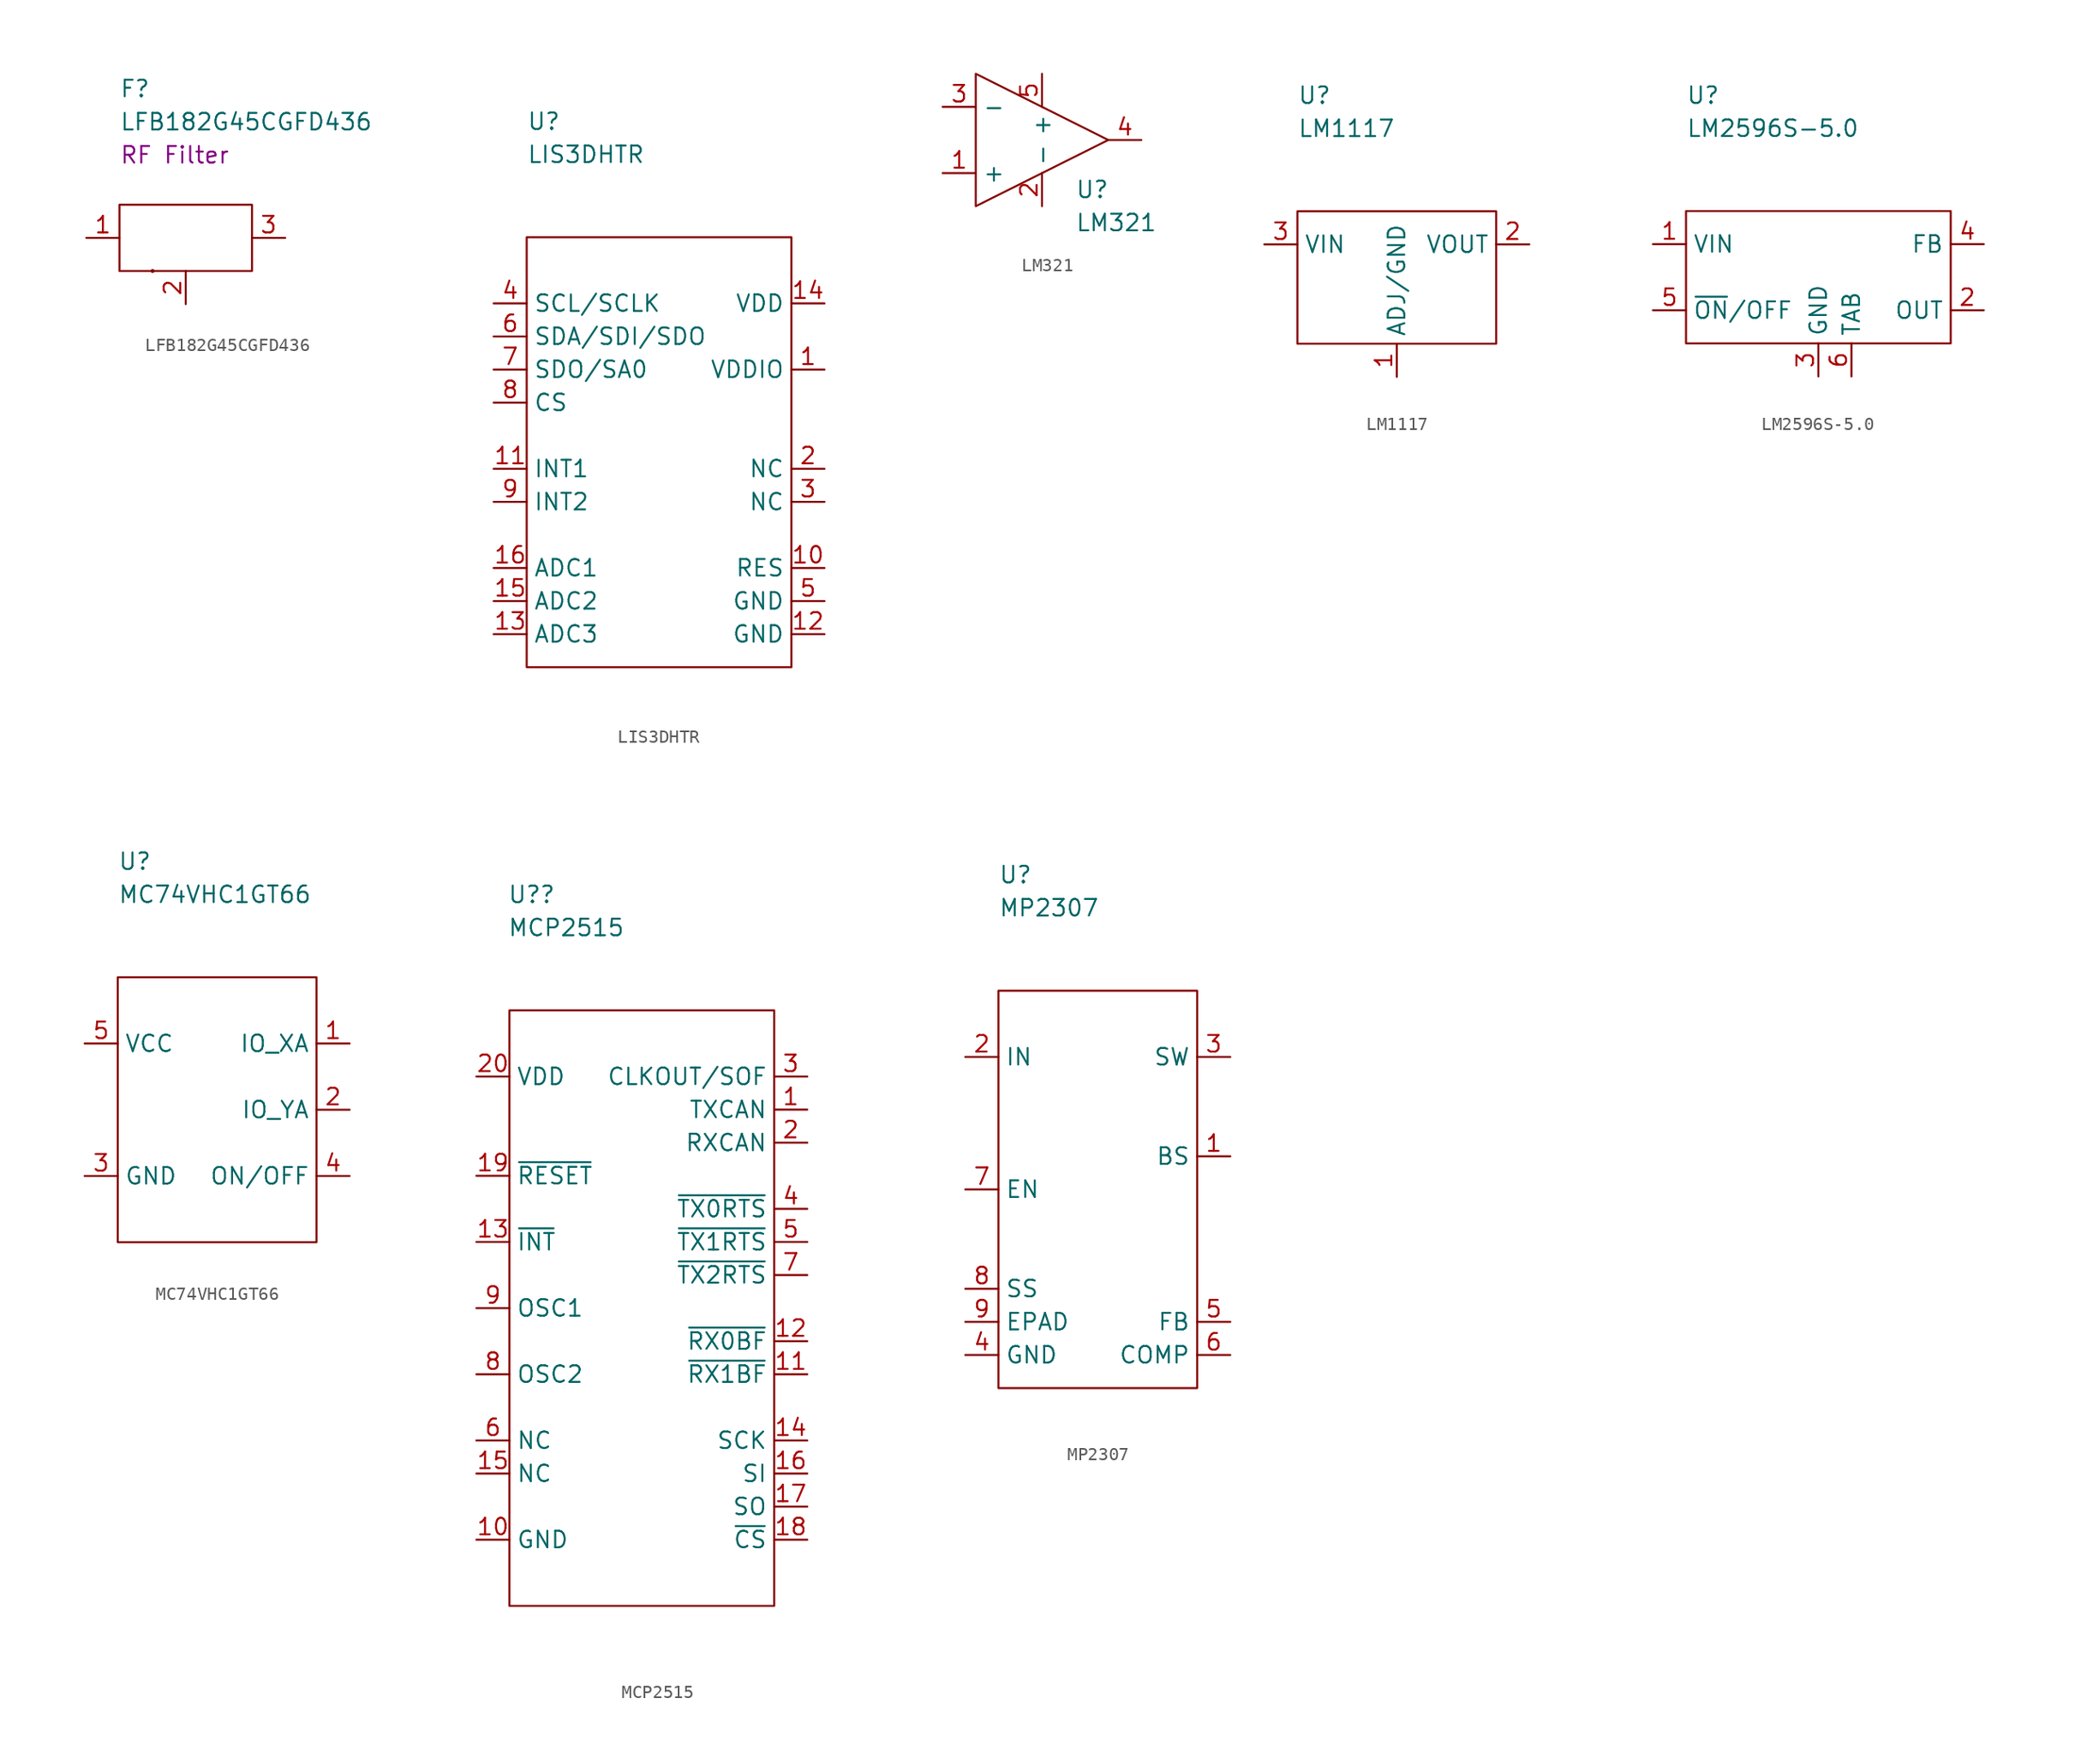
<source format=kicad_sym>
(kicad_symbol_lib
  (version 20211014)
  (generator kicad_symbol_editor)
  (symbol "LFB182G45CGFD436"
    (property "Reference" "F"
      (at 0 8.89 0)
      (effects (font (size 1.27 1.27)) (justify left)))
    (property "Value" "LFB182G45CGFD436"
      (at 0 6.35 0)
      (effects (font (size 1.27 1.27)) (justify left)))
    (property "Category" "RF Filter"
      (at 0 3.81 0)
      (effects (font (size 1.27 1.27)) (justify left)))
    (symbol "LFB182G45CGFD436_0_1"
      (rectangle (start 0 0) (end 10.16 -5.08) (stroke (width 0.152) (type default) (color 0 0 0 0)) (fill (type none)))
      (arc (start 2.54 -5.08) (mid 2.54 -5.08) (end 2.54 -5.08) (stroke (width 0) (type default) (color 0 0 0 0)) (fill (type none)))
      (circle (center 2.54 -5.08) (radius 0.0001) (stroke (width 0) (type default) (color 0 0 0 0)) (fill (type none))))
    (symbol "LFB182G45CGFD436_1_1"
      (pin passive line (at -2.54 -2.54 0) (length 2.54) (name "~" (effects (font (size 1.27 1.27)))) (number "1" (effects (font (size 1.27 1.27)))))
      (pin passive line (at 5.08 -7.62 90) (length 2.54) (name "~" (effects (font (size 1.27 1.27)))) (number "2" (effects (font (size 1.27 1.27)))))
      (pin passive line (at 12.7 -2.54 180) (length 2.54) (name "~" (effects (font (size 1.27 1.27)))) (number "3" (effects (font (size 1.27 1.27)))))))
  (symbol "LIS3DHTR"
    (property "Reference" "U"
      (at 0 8.89 0)
      (effects (font (size 1.27 1.27)) (justify left)))
    (property "Value" "LIS3DHTR"
      (at 0 6.35 0)
      (effects (font (size 1.27 1.27)) (justify left)))
    (symbol "LIS3DHTR_0_1"
      (rectangle (start 0 0) (end 20.32 -33.02) (stroke (width 0.152) (type default) (color 0 0 0 0)) (fill (type none))))
    (symbol "LIS3DHTR_1_1"
      (pin passive line (at 22.86 -10.16 180) (length 2.54) (name "VDDIO" (effects (font (size 1.27 1.27)))) (number "1" (effects (font (size 1.27 1.27)))))
      (pin passive line (at 22.86 -25.4 180) (length 2.54) (name "RES" (effects (font (size 1.27 1.27)))) (number "10" (effects (font (size 1.27 1.27)))))
      (pin passive line (at -2.54 -17.78 0) (length 2.54) (name "INT1" (effects (font (size 1.27 1.27)))) (number "11" (effects (font (size 1.27 1.27)))))
      (pin passive line (at 22.86 -30.48 180) (length 2.54) (name "GND" (effects (font (size 1.27 1.27)))) (number "12" (effects (font (size 1.27 1.27)))))
      (pin passive line (at -2.54 -30.48 0) (length 2.54) (name "ADC3" (effects (font (size 1.27 1.27)))) (number "13" (effects (font (size 1.27 1.27)))))
      (pin passive line (at 22.86 -5.08 180) (length 2.54) (name "VDD" (effects (font (size 1.27 1.27)))) (number "14" (effects (font (size 1.27 1.27)))))
      (pin passive line (at -2.54 -27.94 0) (length 2.54) (name "ADC2" (effects (font (size 1.27 1.27)))) (number "15" (effects (font (size 1.27 1.27)))))
      (pin passive line (at -2.54 -25.4 0) (length 2.54) (name "ADC1" (effects (font (size 1.27 1.27)))) (number "16" (effects (font (size 1.27 1.27)))))
      (pin passive line (at 22.86 -17.78 180) (length 2.54) (name "NC" (effects (font (size 1.27 1.27)))) (number "2" (effects (font (size 1.27 1.27)))))
      (pin passive line (at 22.86 -20.32 180) (length 2.54) (name "NC" (effects (font (size 1.27 1.27)))) (number "3" (effects (font (size 1.27 1.27)))))
      (pin passive line (at -2.54 -5.08 0) (length 2.54) (name "SCL/SCLK" (effects (font (size 1.27 1.27)))) (number "4" (effects (font (size 1.27 1.27)))))
      (pin passive line (at 22.86 -27.94 180) (length 2.54) (name "GND" (effects (font (size 1.27 1.27)))) (number "5" (effects (font (size 1.27 1.27)))))
      (pin passive line (at -2.54 -7.62 0) (length 2.54) (name "SDA/SDI/SDO" (effects (font (size 1.27 1.27)))) (number "6" (effects (font (size 1.27 1.27)))))
      (pin passive line (at -2.54 -10.16 0) (length 2.54) (name "SDO/SA0" (effects (font (size 1.27 1.27)))) (number "7" (effects (font (size 1.27 1.27)))))
      (pin passive line (at -2.54 -12.7 0) (length 2.54) (name "CS" (effects (font (size 1.27 1.27)))) (number "8" (effects (font (size 1.27 1.27)))))
      (pin passive line (at -2.54 -20.32 0) (length 2.54) (name "INT2" (effects (font (size 1.27 1.27)))) (number "9" (effects (font (size 1.27 1.27)))))))
  (symbol "LM321"
    (property "Reference" "U"
      (at 2.54 -3.81 0)
      (effects (font (size 1.27 1.27)) (justify left)))
    (property "Value" "LM321"
      (at 2.54 -6.35 0)
      (effects (font (size 1.27 1.27)) (justify left)))
    (symbol "LM321_1_1"
      (polyline (pts (xy -5.08 5.08) (xy 5.08 0) (xy -5.08 -5.08) (xy -5.08 5.08)) (stroke (width 0.152) (type default) (color 0 0 0 0)) (fill (type none)))
      (pin passive line (at -7.62 -2.54 0) (length 2.54) (name "+" (effects (font (size 1.27 1.27)))) (number "1" (effects (font (size 1.27 1.27)))))
      (pin passive line (at 0 -5.08 90) (length 2.54) (name "-" (effects (font (size 1.27 1.27)))) (number "2" (effects (font (size 1.27 1.27)))))
      (pin passive line (at -7.62 2.54 0) (length 2.54) (name "-" (effects (font (size 1.27 1.27)))) (number "3" (effects (font (size 1.27 1.27)))))
      (pin passive line (at 7.62 0 180) (length 2.54) (name "" (effects (font (size 1.27 1.27)))) (number "4" (effects (font (size 1.27 1.27)))))
      (pin passive line (at 0 5.08 270) (length 2.54) (name "+" (effects (font (size 1.27 1.27)))) (number "5" (effects (font (size 1.27 1.27)))))))
  (symbol "LM1117"
    (property "Reference" "U"
      (at 0 8.89 0)
      (effects (font (size 1.27 1.27)) (justify left)))
    (property "Value" "LM1117"
      (at 0 6.35 0)
      (effects (font (size 1.27 1.27)) (justify left)))
    (symbol "LM1117_0_1"
      (rectangle (start 0 0) (end 15.24 -10.16) (stroke (width 0.152) (type default) (color 0 0 0 0)) (fill (type none))))
    (symbol "LM1117_1_1"
      (pin passive line (at 7.62 -12.7 90) (length 2.54) (name "ADJ/GND" (effects (font (size 1.27 1.27)))) (number "1" (effects (font (size 1.27 1.27)))))
      (pin passive line (at 17.78 -2.54 180) (length 2.54) (name "VOUT" (effects (font (size 1.27 1.27)))) (number "2" (effects (font (size 1.27 1.27)))))
      (pin passive line (at -2.54 -2.54 0) (length 2.54) (name "VIN" (effects (font (size 1.27 1.27)))) (number "3" (effects (font (size 1.27 1.27)))))))
  (symbol "LM2596S-5.0"
    (property "Reference" "U"
      (at 0 8.89 0)
      (effects (font (size 1.27 1.27)) (justify left)))
    (property "Value" "LM2596S-5.0"
      (at 0 6.35 0)
      (effects (font (size 1.27 1.27)) (justify left)))
    (symbol "LM2596S-5.0_0_1"
      (rectangle (start 0 0) (end 20.32 -10.16) (stroke (width 0.152) (type default) (color 0 0 0 0)) (fill (type none))))
    (symbol "LM2596S-5.0_1_1"
      (pin passive line (at -2.54 -2.54 0) (length 2.54) (name "VIN" (effects (font (size 1.27 1.27)))) (number "1" (effects (font (size 1.27 1.27)))))
      (pin passive line (at 22.86 -7.62 180) (length 2.54) (name "OUT" (effects (font (size 1.27 1.27)))) (number "2" (effects (font (size 1.27 1.27)))))
      (pin passive line (at 10.16 -12.7 90) (length 2.54) (name "GND" (effects (font (size 1.27 1.27)))) (number "3" (effects (font (size 1.27 1.27)))))
      (pin passive line (at 22.86 -2.54 180) (length 2.54) (name "FB" (effects (font (size 1.27 1.27)))) (number "4" (effects (font (size 1.27 1.27)))))
      (pin passive line (at -2.54 -7.62 0) (length 2.54) (name "~{ON}/OFF" (effects (font (size 1.27 1.27)))) (number "5" (effects (font (size 1.27 1.27)))))
      (pin passive line (at 12.7 -12.7 90) (length 2.54) (name "TAB" (effects (font (size 1.27 1.27)))) (number "6" (effects (font (size 1.27 1.27)))))))
  (symbol "MC74VHC1GT66"
    (property "Reference" "U"
      (at 0 8.89 0)
      (effects (font (size 1.27 1.27)) (justify left)))
    (property "Value" "MC74VHC1GT66"
      (at 0 6.35 0)
      (effects (font (size 1.27 1.27)) (justify left)))
    (symbol "MC74VHC1GT66_0_1"
      (rectangle (start 0 0) (end 15.24 -20.32) (stroke (width 0) (type default) (color 0 0 0 0)) (fill (type none))))
    (symbol "MC74VHC1GT66_1_1"
      (pin passive line (at 17.78 -5.08 180) (length 2.54) (name "IO_XA" (effects (font (size 1.27 1.27)))) (number "1" (effects (font (size 1.27 1.27)))))
      (pin passive line (at 17.78 -10.16 180) (length 2.54) (name "IO_YA" (effects (font (size 1.27 1.27)))) (number "2" (effects (font (size 1.27 1.27)))))
      (pin passive line (at -2.54 -15.24 0) (length 2.54) (name "GND" (effects (font (size 1.27 1.27)))) (number "3" (effects (font (size 1.27 1.27)))))
      (pin passive line (at 17.78 -15.24 180) (length 2.54) (name "ON/OFF" (effects (font (size 1.27 1.27)))) (number "4" (effects (font (size 1.27 1.27)))))
      (pin passive line (at -2.54 -5.08 0) (length 2.54) (name "VCC" (effects (font (size 1.27 1.27)))) (number "5" (effects (font (size 1.27 1.27)))))))
  (symbol "MCP2515"
    (property "Reference" "U?"
      (at -0.151 8.89 0)
      (effects (font (size 1.27 1.27)) (justify left)))
    (property "Value" "MCP2515"
      (at -0.151 6.35 0)
      (effects (font (size 1.27 1.27)) (justify left)))
    (symbol "MCP2515_0_0"
      (text "" (at 25.4 -40.64 0) (effects (font (size 1.27 1.27)))))
    (symbol "MCP2515_0_1"
      (rectangle (start 0 0) (end 20.32 -45.72) (stroke (width 0.152) (type default) (color 0 0 0 0)) (fill (type none))))
    (symbol "MCP2515_1_1"
      (pin passive line (at 22.86 -7.62 180) (length 2.54) (name "TXCAN" (effects (font (size 1.27 1.27)))) (number "1" (effects (font (size 1.27 1.27)))))
      (pin passive line (at -2.54 -40.64 0) (length 2.54) (name "GND" (effects (font (size 1.27 1.27)))) (number "10" (effects (font (size 1.27 1.27)))))
      (pin passive line (at 22.86 -27.94 180) (length 2.54) (name "~{RX1BF}" (effects (font (size 1.27 1.27)))) (number "11" (effects (font (size 1.27 1.27)))))
      (pin passive line (at 22.86 -25.4 180) (length 2.54) (name "~{RX0BF}" (effects (font (size 1.27 1.27)))) (number "12" (effects (font (size 1.27 1.27)))))
      (pin passive line (at -2.54 -17.78 0) (length 2.54) (name "~{INT}" (effects (font (size 1.27 1.27)))) (number "13" (effects (font (size 1.27 1.27)))))
      (pin passive line (at 22.86 -33.02 180) (length 2.54) (name "SCK" (effects (font (size 1.27 1.27)))) (number "14" (effects (font (size 1.27 1.27)))))
      (pin passive line (at -2.54 -35.56 0) (length 2.54) (name "NC" (effects (font (size 1.27 1.27)))) (number "15" (effects (font (size 1.27 1.27)))))
      (pin passive line (at 22.86 -35.56 180) (length 2.54) (name "SI" (effects (font (size 1.27 1.27)))) (number "16" (effects (font (size 1.27 1.27)))))
      (pin passive line (at 22.86 -38.1 180) (length 2.54) (name "SO" (effects (font (size 1.27 1.27)))) (number "17" (effects (font (size 1.27 1.27)))))
      (pin passive line (at 22.86 -40.64 180) (length 2.54) (name "~{CS}" (effects (font (size 1.27 1.27)))) (number "18" (effects (font (size 1.27 1.27)))))
      (pin passive line (at -2.54 -12.7 0) (length 2.54) (name "~{RESET}" (effects (font (size 1.27 1.27)))) (number "19" (effects (font (size 1.27 1.27)))))
      (pin passive line (at 22.86 -10.16 180) (length 2.54) (name "RXCAN" (effects (font (size 1.27 1.27)))) (number "2" (effects (font (size 1.27 1.27)))))
      (pin passive line (at -2.54 -5.08 0) (length 2.54) (name "VDD" (effects (font (size 1.27 1.27)))) (number "20" (effects (font (size 1.27 1.27)))))
      (pin passive line (at 22.86 -5.08 180) (length 2.54) (name "CLKOUT/SOF" (effects (font (size 1.27 1.27)))) (number "3" (effects (font (size 1.27 1.27)))))
      (pin passive line (at 22.86 -15.24 180) (length 2.54) (name "~{TX0RTS}" (effects (font (size 1.27 1.27)))) (number "4" (effects (font (size 1.27 1.27)))))
      (pin passive line (at 22.86 -17.78 180) (length 2.54) (name "~{TX1RTS}" (effects (font (size 1.27 1.27)))) (number "5" (effects (font (size 1.27 1.27)))))
      (pin passive line (at -2.54 -33.02 0) (length 2.54) (name "NC" (effects (font (size 1.27 1.27)))) (number "6" (effects (font (size 1.27 1.27)))))
      (pin passive line (at 22.86 -20.32 180) (length 2.54) (name "~{TX2RTS}" (effects (font (size 1.27 1.27)))) (number "7" (effects (font (size 1.27 1.27)))))
      (pin passive line (at -2.54 -27.94 0) (length 2.54) (name "OSC2" (effects (font (size 1.27 1.27)))) (number "8" (effects (font (size 1.27 1.27)))))
      (pin passive line (at -2.54 -22.86 0) (length 2.54) (name "OSC1" (effects (font (size 1.27 1.27)))) (number "9" (effects (font (size 1.27 1.27)))))))
  (symbol "MP2307"
    (property "Reference" "U"
      (at 0 8.89 0)
      (effects (font (size 1.27 1.27)) (justify left)))
    (property "Value" "MP2307"
      (at 0 6.35 0)
      (effects (font (size 1.27 1.27)) (justify left)))
    (symbol "MP2307_0_1"
      (rectangle (start 0 0) (end 15.24 -30.48) (stroke (width 0.152) (type default) (color 0 0 0 0)) (fill (type none))))
    (symbol "MP2307_1_1"
      (pin passive line (at 17.78 -12.7 180) (length 2.54) (name "BS" (effects (font (size 1.27 1.27)))) (number "1" (effects (font (size 1.27 1.27)))))
      (pin passive line (at -2.54 -5.08 0) (length 2.54) (name "IN" (effects (font (size 1.27 1.27)))) (number "2" (effects (font (size 1.27 1.27)))))
      (pin passive line (at 17.78 -5.08 180) (length 2.54) (name "SW" (effects (font (size 1.27 1.27)))) (number "3" (effects (font (size 1.27 1.27)))))
      (pin passive line (at -2.54 -27.94 0) (length 2.54) (name "GND" (effects (font (size 1.27 1.27)))) (number "4" (effects (font (size 1.27 1.27)))))
      (pin passive line (at 17.78 -25.4 180) (length 2.54) (name "FB" (effects (font (size 1.27 1.27)))) (number "5" (effects (font (size 1.27 1.27)))))
      (pin passive line (at 17.78 -27.94 180) (length 2.54) (name "COMP" (effects (font (size 1.27 1.27)))) (number "6" (effects (font (size 1.27 1.27)))))
      (pin passive line (at -2.54 -15.24 0) (length 2.54) (name "EN" (effects (font (size 1.27 1.27)))) (number "7" (effects (font (size 1.27 1.27)))))
      (pin passive line (at -2.54 -22.86 0) (length 2.54) (name "SS" (effects (font (size 1.27 1.27)))) (number "8" (effects (font (size 1.27 1.27)))))
      (pin passive line (at -2.54 -25.4 0) (length 2.54) (name "EPAD" (effects (font (size 1.27 1.27)))) (number "9" (effects (font (size 1.27 1.27))))))))
</source>
